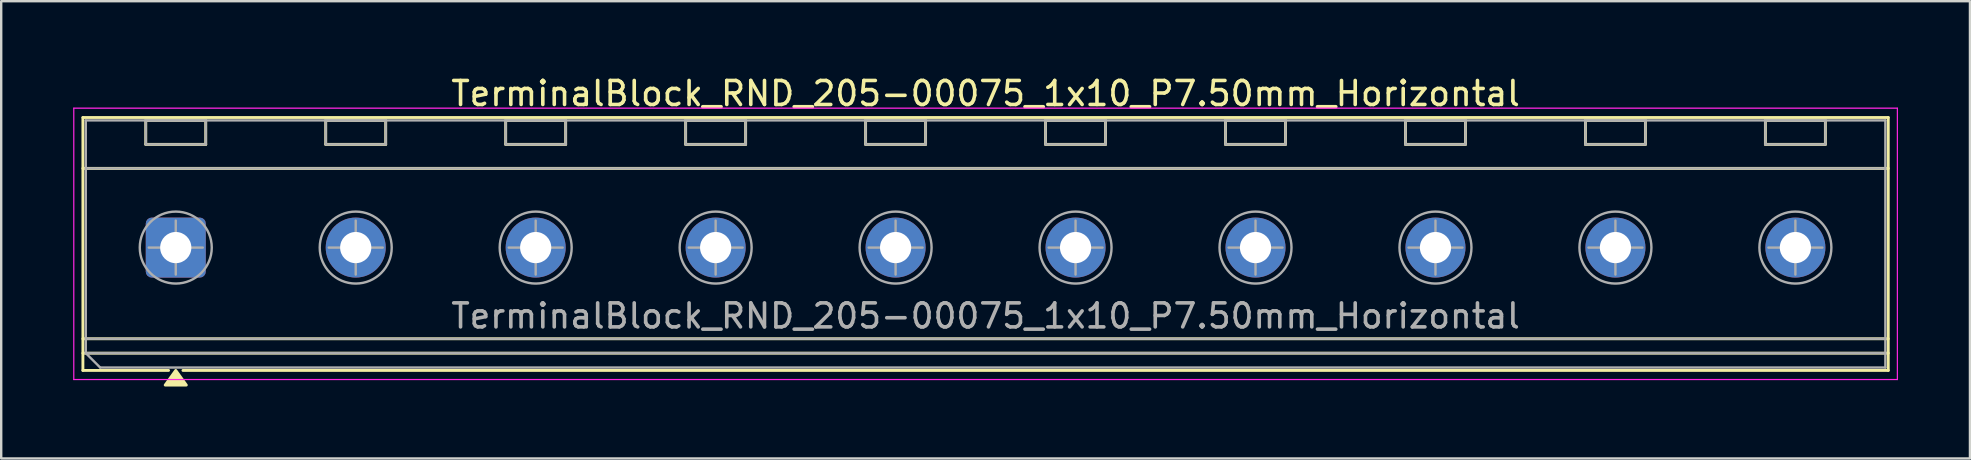
<source format=kicad_pcb>
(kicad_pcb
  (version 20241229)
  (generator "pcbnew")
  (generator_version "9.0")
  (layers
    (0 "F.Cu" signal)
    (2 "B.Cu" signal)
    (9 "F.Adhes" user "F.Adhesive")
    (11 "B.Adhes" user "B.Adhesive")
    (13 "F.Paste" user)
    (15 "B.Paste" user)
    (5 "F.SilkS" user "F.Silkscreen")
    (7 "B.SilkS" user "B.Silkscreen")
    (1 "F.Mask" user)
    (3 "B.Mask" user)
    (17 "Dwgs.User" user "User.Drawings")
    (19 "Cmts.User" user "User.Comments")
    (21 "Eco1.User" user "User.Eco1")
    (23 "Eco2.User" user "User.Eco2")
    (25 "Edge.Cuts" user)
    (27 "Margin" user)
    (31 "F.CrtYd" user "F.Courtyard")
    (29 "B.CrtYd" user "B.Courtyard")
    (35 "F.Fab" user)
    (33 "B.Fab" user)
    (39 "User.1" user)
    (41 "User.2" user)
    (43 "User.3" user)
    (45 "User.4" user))
  (footprint "TerminalBlock_RND_205-00075_1x10_P7.50mm_Horizontal"
    (layer "F.Cu")
    (at 4.275 7.268)
    (property "Reference" "TerminalBlock_RND_205-00075_1x10_P7.50mm_Horizontal" (at 33.75 -6.42 0) (layer "F.SilkS") (effects (font (size 1 1) (thickness 0.15))))
    (attr through_hole)
    (fp_line (start -3.87 -5.42) (end -3.87 5.12) (stroke (width 0.12) (type solid)) (layer "F.SilkS"))
    (fp_line (start -3.87 -5.42) (end 71.37 -5.42) (stroke (width 0.12) (type solid)) (layer "F.SilkS"))
    (fp_line (start -3.87 -3.3) (end 71.37 -3.3) (stroke (width 0.12) (type solid)) (layer "F.SilkS"))
    (fp_line (start -3.87 3.8) (end 71.37 3.8) (stroke (width 0.12) (type solid)) (layer "F.SilkS"))
    (fp_line (start -3.87 4.4) (end 71.37 4.4) (stroke (width 0.12) (type solid)) (layer "F.SilkS"))
    (fp_line (start -3.87 5.12) (end -0.3 5.12) (stroke (width 0.12) (type solid)) (layer "F.SilkS"))
    (fp_line (start -1.25 -5.3) (end -1.25 -4.3) (stroke (width 0.12) (type solid)) (layer "F.SilkS"))
    (fp_line (start -1.25 -5.3) (end 1.25 -5.3) (stroke (width 0.12) (type solid)) (layer "F.SilkS"))
    (fp_line (start -1.25 -4.3) (end 1.25 -4.3) (stroke (width 0.12) (type solid)) (layer "F.SilkS"))
    (fp_line (start 0.3 5.12) (end 71.37 5.12) (stroke (width 0.12) (type solid)) (layer "F.SilkS"))
    (fp_line (start 1.25 -5.3) (end 1.25 -4.3) (stroke (width 0.12) (type solid)) (layer "F.SilkS"))
    (fp_line (start 6.25 -5.3) (end 6.25 -4.3) (stroke (width 0.12) (type solid)) (layer "F.SilkS"))
    (fp_line (start 6.25 -5.3) (end 8.75 -5.3) (stroke (width 0.12) (type solid)) (layer "F.SilkS"))
    (fp_line (start 6.25 -4.3) (end 8.75 -4.3) (stroke (width 0.12) (type solid)) (layer "F.SilkS"))
    (fp_line (start 8.75 -5.3) (end 8.75 -4.3) (stroke (width 0.12) (type solid)) (layer "F.SilkS"))
    (fp_line (start 13.75 -5.3) (end 13.75 -4.3) (stroke (width 0.12) (type solid)) (layer "F.SilkS"))
    (fp_line (start 13.75 -5.3) (end 16.25 -5.3) (stroke (width 0.12) (type solid)) (layer "F.SilkS"))
    (fp_line (start 13.75 -4.3) (end 16.25 -4.3) (stroke (width 0.12) (type solid)) (layer "F.SilkS"))
    (fp_line (start 16.25 -5.3) (end 16.25 -4.3) (stroke (width 0.12) (type solid)) (layer "F.SilkS"))
    (fp_line (start 21.25 -5.3) (end 21.25 -4.3) (stroke (width 0.12) (type solid)) (layer "F.SilkS"))
    (fp_line (start 21.25 -5.3) (end 23.75 -5.3) (stroke (width 0.12) (type solid)) (layer "F.SilkS"))
    (fp_line (start 21.25 -4.3) (end 23.75 -4.3) (stroke (width 0.12) (type solid)) (layer "F.SilkS"))
    (fp_line (start 23.75 -5.3) (end 23.75 -4.3) (stroke (width 0.12) (type solid)) (layer "F.SilkS"))
    (fp_line (start 28.75 -5.3) (end 28.75 -4.3) (stroke (width 0.12) (type solid)) (layer "F.SilkS"))
    (fp_line (start 28.75 -5.3) (end 31.25 -5.3) (stroke (width 0.12) (type solid)) (layer "F.SilkS"))
    (fp_line (start 28.75 -4.3) (end 31.25 -4.3) (stroke (width 0.12) (type solid)) (layer "F.SilkS"))
    (fp_line (start 31.25 -5.3) (end 31.25 -4.3) (stroke (width 0.12) (type solid)) (layer "F.SilkS"))
    (fp_line (start 36.25 -5.3) (end 36.25 -4.3) (stroke (width 0.12) (type solid)) (layer "F.SilkS"))
    (fp_line (start 36.25 -5.3) (end 38.75 -5.3) (stroke (width 0.12) (type solid)) (layer "F.SilkS"))
    (fp_line (start 36.25 -4.3) (end 38.75 -4.3) (stroke (width 0.12) (type solid)) (layer "F.SilkS"))
    (fp_line (start 38.75 -5.3) (end 38.75 -4.3) (stroke (width 0.12) (type solid)) (layer "F.SilkS"))
    (fp_line (start 43.75 -5.3) (end 43.75 -4.3) (stroke (width 0.12) (type solid)) (layer "F.SilkS"))
    (fp_line (start 43.75 -5.3) (end 46.25 -5.3) (stroke (width 0.12) (type solid)) (layer "F.SilkS"))
    (fp_line (start 43.75 -4.3) (end 46.25 -4.3) (stroke (width 0.12) (type solid)) (layer "F.SilkS"))
    (fp_line (start 46.25 -5.3) (end 46.25 -4.3) (stroke (width 0.12) (type solid)) (layer "F.SilkS"))
    (fp_line (start 51.25 -5.3) (end 51.25 -4.3) (stroke (width 0.12) (type solid)) (layer "F.SilkS"))
    (fp_line (start 51.25 -5.3) (end 53.75 -5.3) (stroke (width 0.12) (type solid)) (layer "F.SilkS"))
    (fp_line (start 51.25 -4.3) (end 53.75 -4.3) (stroke (width 0.12) (type solid)) (layer "F.SilkS"))
    (fp_line (start 53.75 -5.3) (end 53.75 -4.3) (stroke (width 0.12) (type solid)) (layer "F.SilkS"))
    (fp_line (start 58.75 -5.3) (end 58.75 -4.3) (stroke (width 0.12) (type solid)) (layer "F.SilkS"))
    (fp_line (start 58.75 -5.3) (end 61.25 -5.3) (stroke (width 0.12) (type solid)) (layer "F.SilkS"))
    (fp_line (start 58.75 -4.3) (end 61.25 -4.3) (stroke (width 0.12) (type solid)) (layer "F.SilkS"))
    (fp_line (start 61.25 -5.3) (end 61.25 -4.3) (stroke (width 0.12) (type solid)) (layer "F.SilkS"))
    (fp_line (start 66.25 -5.3) (end 66.25 -4.3) (stroke (width 0.12) (type solid)) (layer "F.SilkS"))
    (fp_line (start 66.25 -5.3) (end 68.75 -5.3) (stroke (width 0.12) (type solid)) (layer "F.SilkS"))
    (fp_line (start 66.25 -4.3) (end 68.75 -4.3) (stroke (width 0.12) (type solid)) (layer "F.SilkS"))
    (fp_line (start 68.75 -5.3) (end 68.75 -4.3) (stroke (width 0.12) (type solid)) (layer "F.SilkS"))
    (fp_line (start 71.37 -5.42) (end 71.37 5.12) (stroke (width 0.12) (type solid)) (layer "F.SilkS"))
    (fp_poly (pts (xy 0 5.12) (xy 0.44 5.73) (xy -0.44 5.73)) (stroke (width 0.12) (type solid)) (fill yes) (layer "F.SilkS"))
    (fp_line (start -4.25 -5.81) (end -4.25 5.5) (stroke (width 0.05) (type solid)) (layer "F.CrtYd"))
    (fp_line (start -4.25 5.5) (end 71.75 5.5) (stroke (width 0.05) (type solid)) (layer "F.CrtYd"))
    (fp_line (start 71.75 -5.81) (end -4.25 -5.81) (stroke (width 0.05) (type solid)) (layer "F.CrtYd"))
    (fp_line (start 71.75 5.5) (end 71.75 -5.81) (stroke (width 0.05) (type solid)) (layer "F.CrtYd"))
    (fp_line (start -3.75 -5.3) (end 71.25 -5.3) (stroke (width 0.1) (type solid)) (layer "F.Fab"))
    (fp_line (start -3.75 -3.3) (end 71.25 -3.3) (stroke (width 0.1) (type solid)) (layer "F.Fab"))
    (fp_line (start -3.75 3.8) (end 71.25 3.8) (stroke (width 0.1) (type solid)) (layer "F.Fab"))
    (fp_line (start -3.75 4.4) (end -3.75 -5.3) (stroke (width 0.1) (type solid)) (layer "F.Fab"))
    (fp_line (start -3.75 4.4) (end 71.25 4.4) (stroke (width 0.1) (type solid)) (layer "F.Fab"))
    (fp_line (start -3.15 5) (end -3.75 4.4) (stroke (width 0.1) (type solid)) (layer "F.Fab"))
    (fp_line (start -1.25 -5.3) (end -1.25 -4.3) (stroke (width 0.1) (type solid)) (layer "F.Fab"))
    (fp_line (start -1.25 -4.3) (end 1.25 -4.3) (stroke (width 0.1) (type solid)) (layer "F.Fab"))
    (fp_line (start -1.125 0) (end 1.125 0) (stroke (width 0.1) (type solid)) (layer "F.Fab"))
    (fp_line (start 0 -1.125) (end 0 1.125) (stroke (width 0.1) (type solid)) (layer "F.Fab"))
    (fp_line (start 1.25 -5.3) (end -1.25 -5.3) (stroke (width 0.1) (type solid)) (layer "F.Fab"))
    (fp_line (start 1.25 -4.3) (end 1.25 -5.3) (stroke (width 0.1) (type solid)) (layer "F.Fab"))
    (fp_line (start 6.25 -5.3) (end 6.25 -4.3) (stroke (width 0.1) (type solid)) (layer "F.Fab"))
    (fp_line (start 6.25 -4.3) (end 8.75 -4.3) (stroke (width 0.1) (type solid)) (layer "F.Fab"))
    (fp_line (start 6.375 0) (end 8.625 0) (stroke (width 0.1) (type solid)) (layer "F.Fab"))
    (fp_line (start 7.5 -1.125) (end 7.5 1.125) (stroke (width 0.1) (type solid)) (layer "F.Fab"))
    (fp_line (start 8.75 -5.3) (end 6.25 -5.3) (stroke (width 0.1) (type solid)) (layer "F.Fab"))
    (fp_line (start 8.75 -4.3) (end 8.75 -5.3) (stroke (width 0.1) (type solid)) (layer "F.Fab"))
    (fp_line (start 13.75 -5.3) (end 13.75 -4.3) (stroke (width 0.1) (type solid)) (layer "F.Fab"))
    (fp_line (start 13.75 -4.3) (end 16.25 -4.3) (stroke (width 0.1) (type solid)) (layer "F.Fab"))
    (fp_line (start 13.875 0) (end 16.125 0) (stroke (width 0.1) (type solid)) (layer "F.Fab"))
    (fp_line (start 15 -1.125) (end 15 1.125) (stroke (width 0.1) (type solid)) (layer "F.Fab"))
    (fp_line (start 16.25 -5.3) (end 13.75 -5.3) (stroke (width 0.1) (type solid)) (layer "F.Fab"))
    (fp_line (start 16.25 -4.3) (end 16.25 -5.3) (stroke (width 0.1) (type solid)) (layer "F.Fab"))
    (fp_line (start 21.25 -5.3) (end 21.25 -4.3) (stroke (width 0.1) (type solid)) (layer "F.Fab"))
    (fp_line (start 21.25 -4.3) (end 23.75 -4.3) (stroke (width 0.1) (type solid)) (layer "F.Fab"))
    (fp_line (start 21.375 0) (end 23.625 0) (stroke (width 0.1) (type solid)) (layer "F.Fab"))
    (fp_line (start 22.5 -1.125) (end 22.5 1.125) (stroke (width 0.1) (type solid)) (layer "F.Fab"))
    (fp_line (start 23.75 -5.3) (end 21.25 -5.3) (stroke (width 0.1) (type solid)) (layer "F.Fab"))
    (fp_line (start 23.75 -4.3) (end 23.75 -5.3) (stroke (width 0.1) (type solid)) (layer "F.Fab"))
    (fp_line (start 28.75 -5.3) (end 28.75 -4.3) (stroke (width 0.1) (type solid)) (layer "F.Fab"))
    (fp_line (start 28.75 -4.3) (end 31.25 -4.3) (stroke (width 0.1) (type solid)) (layer "F.Fab"))
    (fp_line (start 28.875 0) (end 31.125 0) (stroke (width 0.1) (type solid)) (layer "F.Fab"))
    (fp_line (start 30 -1.125) (end 30 1.125) (stroke (width 0.1) (type solid)) (layer "F.Fab"))
    (fp_line (start 31.25 -5.3) (end 28.75 -5.3) (stroke (width 0.1) (type solid)) (layer "F.Fab"))
    (fp_line (start 31.25 -4.3) (end 31.25 -5.3) (stroke (width 0.1) (type solid)) (layer "F.Fab"))
    (fp_line (start 36.25 -5.3) (end 36.25 -4.3) (stroke (width 0.1) (type solid)) (layer "F.Fab"))
    (fp_line (start 36.25 -4.3) (end 38.75 -4.3) (stroke (width 0.1) (type solid)) (layer "F.Fab"))
    (fp_line (start 36.375 0) (end 38.625 0) (stroke (width 0.1) (type solid)) (layer "F.Fab"))
    (fp_line (start 37.5 -1.125) (end 37.5 1.125) (stroke (width 0.1) (type solid)) (layer "F.Fab"))
    (fp_line (start 38.75 -5.3) (end 36.25 -5.3) (stroke (width 0.1) (type solid)) (layer "F.Fab"))
    (fp_line (start 38.75 -4.3) (end 38.75 -5.3) (stroke (width 0.1) (type solid)) (layer "F.Fab"))
    (fp_line (start 43.75 -5.3) (end 43.75 -4.3) (stroke (width 0.1) (type solid)) (layer "F.Fab"))
    (fp_line (start 43.75 -4.3) (end 46.25 -4.3) (stroke (width 0.1) (type solid)) (layer "F.Fab"))
    (fp_line (start 43.875 0) (end 46.125 0) (stroke (width 0.1) (type solid)) (layer "F.Fab"))
    (fp_line (start 45 -1.125) (end 45 1.125) (stroke (width 0.1) (type solid)) (layer "F.Fab"))
    (fp_line (start 46.25 -5.3) (end 43.75 -5.3) (stroke (width 0.1) (type solid)) (layer "F.Fab"))
    (fp_line (start 46.25 -4.3) (end 46.25 -5.3) (stroke (width 0.1) (type solid)) (layer "F.Fab"))
    (fp_line (start 51.25 -5.3) (end 51.25 -4.3) (stroke (width 0.1) (type solid)) (layer "F.Fab"))
    (fp_line (start 51.25 -4.3) (end 53.75 -4.3) (stroke (width 0.1) (type solid)) (layer "F.Fab"))
    (fp_line (start 51.375 0) (end 53.625 0) (stroke (width 0.1) (type solid)) (layer "F.Fab"))
    (fp_line (start 52.5 -1.125) (end 52.5 1.125) (stroke (width 0.1) (type solid)) (layer "F.Fab"))
    (fp_line (start 53.75 -5.3) (end 51.25 -5.3) (stroke (width 0.1) (type solid)) (layer "F.Fab"))
    (fp_line (start 53.75 -4.3) (end 53.75 -5.3) (stroke (width 0.1) (type solid)) (layer "F.Fab"))
    (fp_line (start 58.75 -5.3) (end 58.75 -4.3) (stroke (width 0.1) (type solid)) (layer "F.Fab"))
    (fp_line (start 58.75 -4.3) (end 61.25 -4.3) (stroke (width 0.1) (type solid)) (layer "F.Fab"))
    (fp_line (start 58.875 0) (end 61.125 0) (stroke (width 0.1) (type solid)) (layer "F.Fab"))
    (fp_line (start 60 -1.125) (end 60 1.125) (stroke (width 0.1) (type solid)) (layer "F.Fab"))
    (fp_line (start 61.25 -5.3) (end 58.75 -5.3) (stroke (width 0.1) (type solid)) (layer "F.Fab"))
    (fp_line (start 61.25 -4.3) (end 61.25 -5.3) (stroke (width 0.1) (type solid)) (layer "F.Fab"))
    (fp_line (start 66.25 -5.3) (end 66.25 -4.3) (stroke (width 0.1) (type solid)) (layer "F.Fab"))
    (fp_line (start 66.25 -4.3) (end 68.75 -4.3) (stroke (width 0.1) (type solid)) (layer "F.Fab"))
    (fp_line (start 66.375 0) (end 68.625 0) (stroke (width 0.1) (type solid)) (layer "F.Fab"))
    (fp_line (start 67.5 -1.125) (end 67.5 1.125) (stroke (width 0.1) (type solid)) (layer "F.Fab"))
    (fp_line (start 68.75 -5.3) (end 66.25 -5.3) (stroke (width 0.1) (type solid)) (layer "F.Fab"))
    (fp_line (start 68.75 -4.3) (end 68.75 -5.3) (stroke (width 0.1) (type solid)) (layer "F.Fab"))
    (fp_line (start 71.25 -5.3) (end 71.25 5) (stroke (width 0.1) (type solid)) (layer "F.Fab"))
    (fp_line (start 71.25 5) (end -3.15 5) (stroke (width 0.1) (type solid)) (layer "F.Fab"))
    (fp_circle (center 0 0) (end 1.5 0) (stroke (width 0.1) (type solid)) (fill no) (layer "F.Fab"))
    (fp_circle (center 7.5 0) (end 9 0) (stroke (width 0.1) (type solid)) (fill no) (layer "F.Fab"))
    (fp_circle (center 15 0) (end 16.5 0) (stroke (width 0.1) (type solid)) (fill no) (layer "F.Fab"))
    (fp_circle (center 22.5 0) (end 24 0) (stroke (width 0.1) (type solid)) (fill no) (layer "F.Fab"))
    (fp_circle (center 30 0) (end 31.5 0) (stroke (width 0.1) (type solid)) (fill no) (layer "F.Fab"))
    (fp_circle (center 37.5 0) (end 39 0) (stroke (width 0.1) (type solid)) (fill no) (layer "F.Fab"))
    (fp_circle (center 45 0) (end 46.5 0) (stroke (width 0.1) (type solid)) (fill no) (layer "F.Fab"))
    (fp_circle (center 52.5 0) (end 54 0) (stroke (width 0.1) (type solid)) (fill no) (layer "F.Fab"))
    (fp_circle (center 60 0) (end 61.5 0) (stroke (width 0.1) (type solid)) (fill no) (layer "F.Fab"))
    (fp_circle (center 67.5 0) (end 69 0) (stroke (width 0.1) (type solid)) (fill no) (layer "F.Fab"))
    (fp_text user "${REFERENCE}" (at 33.75 2.85 0) (layer "F.Fab") (effects (font (size 1 1) (thickness 0.15))))
    (pad "1" thru_hole roundrect (at 0 0) (size 2.5 2.5) (drill 1.3) (layers "*.Cu" "*.Mask") (roundrect_rratio 0.1))
    (pad "2" thru_hole circle (at 7.5 0) (size 2.5 2.5) (drill 1.3) (layers "*.Cu" "*.Mask"))
    (pad "3" thru_hole circle (at 15 0) (size 2.5 2.5) (drill 1.3) (layers "*.Cu" "*.Mask"))
    (pad "4" thru_hole circle (at 22.5 0) (size 2.5 2.5) (drill 1.3) (layers "*.Cu" "*.Mask"))
    (pad "5" thru_hole circle (at 30 0) (size 2.5 2.5) (drill 1.3) (layers "*.Cu" "*.Mask"))
    (pad "6" thru_hole circle (at 37.5 0) (size 2.5 2.5) (drill 1.3) (layers "*.Cu" "*.Mask"))
    (pad "7" thru_hole circle (at 45 0) (size 2.5 2.5) (drill 1.3) (layers "*.Cu" "*.Mask"))
    (pad "8" thru_hole circle (at 52.5 0) (size 2.5 2.5) (drill 1.3) (layers "*.Cu" "*.Mask"))
    (pad "9" thru_hole circle (at 60 0) (size 2.5 2.5) (drill 1.3) (layers "*.Cu" "*.Mask"))
    (pad "10" thru_hole circle (at 67.5 0) (size 2.5 2.5) (drill 1.3) (layers "*.Cu" "*.Mask")))
  (gr_rect
    (start -3 -3)
    (end 79.05 16.058)
    (stroke (width 0.1) (type default))
    (fill no)
    (layer "Edge.Cuts")))
</source>
